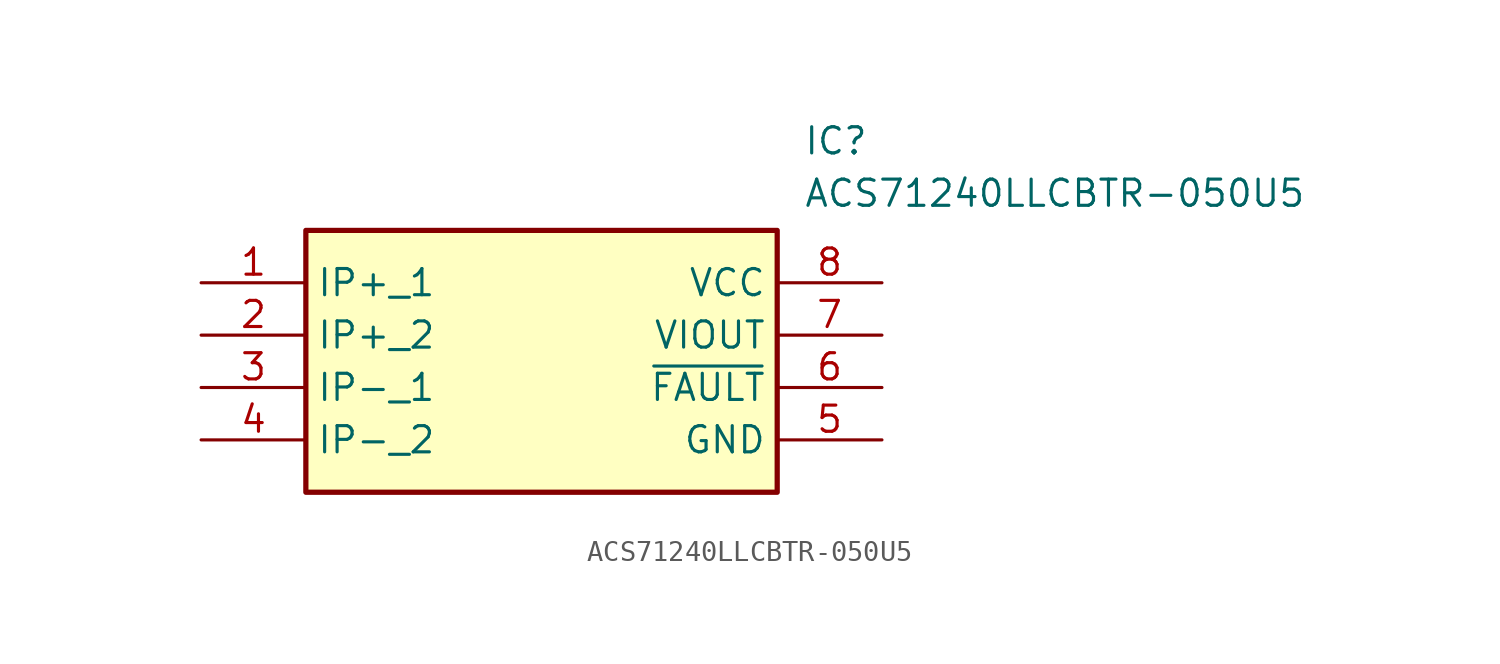
<source format=kicad_sym>
(kicad_symbol_lib
  (version 20211014)
  (generator SamacSys_ECAD_Model)
  (symbol "ACS71240LLCBTR-050U5"
    (property "Reference" "IC"
      (at 29.21 7.62 0)
      (effects (font (size 1.27 1.27)) (justify left top)))
    (property "Value" "ACS71240LLCBTR-050U5"
      (at 29.21 5.08 0)
      (effects (font (size 1.27 1.27)) (justify left top)))
    (rectangle
      (start 5.08 2.54)
      (end 27.94 -10.16)
      (stroke (width 0.254) (type default))
      (fill (type background)))
    (pin passive line
      (at 0 0 0)
      (length 5.08)
      (name "IP+_1" (effects (font (size 1.27 1.27))))
      (number "1" (effects (font (size 1.27 1.27)))))
    (pin passive line
      (at 0 -2.54 0)
      (length 5.08)
      (name "IP+_2" (effects (font (size 1.27 1.27))))
      (number "2" (effects (font (size 1.27 1.27)))))
    (pin passive line
      (at 0 -5.08 0)
      (length 5.08)
      (name "IP-_1" (effects (font (size 1.27 1.27))))
      (number "3" (effects (font (size 1.27 1.27)))))
    (pin passive line
      (at 0 -7.62 0)
      (length 5.08)
      (name "IP-_2" (effects (font (size 1.27 1.27))))
      (number "4" (effects (font (size 1.27 1.27)))))
    (pin passive line
      (at 33.02 0 180)
      (length 5.08)
      (name "VCC" (effects (font (size 1.27 1.27))))
      (number "8" (effects (font (size 1.27 1.27)))))
    (pin passive line
      (at 33.02 -2.54 180)
      (length 5.08)
      (name "VIOUT" (effects (font (size 1.27 1.27))))
      (number "7" (effects (font (size 1.27 1.27)))))
    (pin passive line
      (at 33.02 -5.08 180)
      (length 5.08)
      (name "~{FAULT}" (effects (font (size 1.27 1.27))))
      (number "6" (effects (font (size 1.27 1.27)))))
    (pin passive line
      (at 33.02 -7.62 180)
      (length 5.08)
      (name "GND" (effects (font (size 1.27 1.27))))
      (number "5" (effects (font (size 1.27 1.27)))))))
</source>
